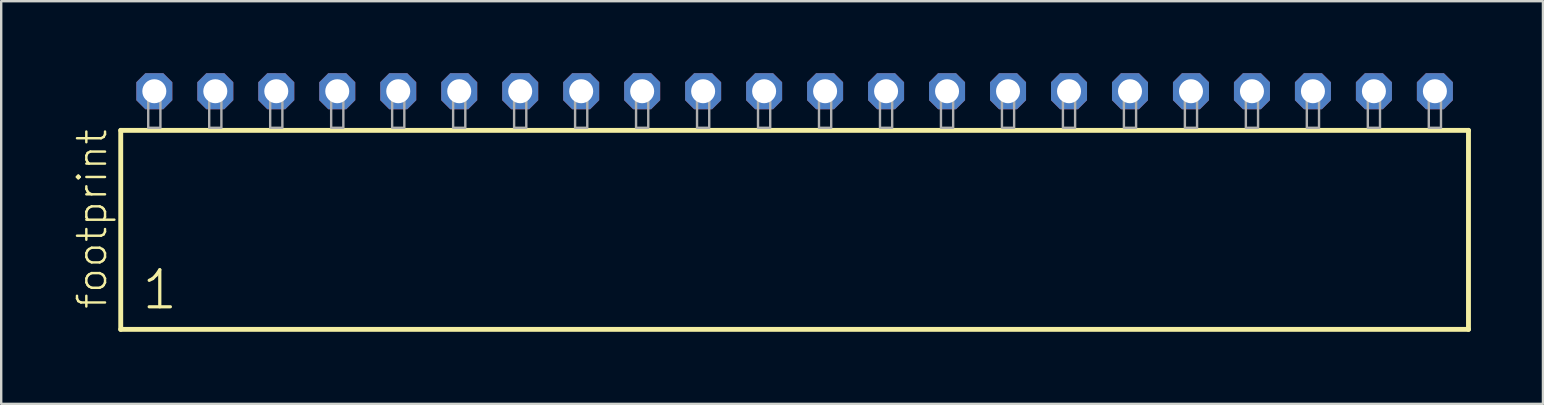
<source format=kicad_pcb>
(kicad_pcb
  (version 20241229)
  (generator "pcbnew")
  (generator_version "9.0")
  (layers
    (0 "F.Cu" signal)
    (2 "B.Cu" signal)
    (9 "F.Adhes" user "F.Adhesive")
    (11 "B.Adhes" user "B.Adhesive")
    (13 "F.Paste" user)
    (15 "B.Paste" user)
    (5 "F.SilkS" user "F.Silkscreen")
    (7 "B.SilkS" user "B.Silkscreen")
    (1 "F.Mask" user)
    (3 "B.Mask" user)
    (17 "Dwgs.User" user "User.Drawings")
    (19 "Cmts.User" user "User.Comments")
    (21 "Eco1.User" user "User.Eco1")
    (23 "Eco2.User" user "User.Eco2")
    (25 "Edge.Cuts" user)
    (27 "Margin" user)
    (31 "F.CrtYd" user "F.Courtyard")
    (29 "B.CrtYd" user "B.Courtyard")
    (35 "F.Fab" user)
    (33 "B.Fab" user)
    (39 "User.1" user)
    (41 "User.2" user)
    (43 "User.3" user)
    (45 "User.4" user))
  (footprint "footprint"
    (layer "F.Cu")
    (at 30.048 2.274)
    (property "Reference" "footprint" (at -28.575 7.62 90) (layer "F.SilkS") (effects (font (size 1.168 1.168) (thickness 0.102)) (justify left bottom)))
    (fp_line (start -28.069 0.106) (end -28.069 8.396) (stroke (width 0.203) (type solid)) (layer "F.SilkS"))
    (fp_line (start -28.069 8.396) (end 28.069 8.396) (stroke (width 0.203) (type solid)) (layer "F.SilkS"))
    (fp_line (start 28.069 0.106) (end -28.069 0.106) (stroke (width 0.203) (type solid)) (layer "F.SilkS"))
    (fp_line (start 28.069 8.396) (end 28.069 0.106) (stroke (width 0.203) (type solid)) (layer "F.SilkS"))
    (fp_poly (pts (xy -26.924 0) (xy -26.416 0) (xy -26.416 -1.778) (xy -26.924 -1.778)) (stroke (width 0.1) (type solid)) (fill no) (layer "F.Fab"))
    (fp_poly (pts (xy -24.384 0) (xy -23.876 0) (xy -23.876 -1.778) (xy -24.384 -1.778)) (stroke (width 0.1) (type solid)) (fill no) (layer "F.Fab"))
    (fp_poly (pts (xy -21.844 0) (xy -21.336 0) (xy -21.336 -1.778) (xy -21.844 -1.778)) (stroke (width 0.1) (type solid)) (fill no) (layer "F.Fab"))
    (fp_poly (pts (xy -19.304 0) (xy -18.796 0) (xy -18.796 -1.778) (xy -19.304 -1.778)) (stroke (width 0.1) (type solid)) (fill no) (layer "F.Fab"))
    (fp_poly (pts (xy -16.764 0) (xy -16.256 0) (xy -16.256 -1.778) (xy -16.764 -1.778)) (stroke (width 0.1) (type solid)) (fill no) (layer "F.Fab"))
    (fp_poly (pts (xy -14.224 0) (xy -13.716 0) (xy -13.716 -1.778) (xy -14.224 -1.778)) (stroke (width 0.1) (type solid)) (fill no) (layer "F.Fab"))
    (fp_poly (pts (xy -11.684 0) (xy -11.176 0) (xy -11.176 -1.778) (xy -11.684 -1.778)) (stroke (width 0.1) (type solid)) (fill no) (layer "F.Fab"))
    (fp_poly (pts (xy -9.144 0) (xy -8.636 0) (xy -8.636 -1.778) (xy -9.144 -1.778)) (stroke (width 0.1) (type solid)) (fill no) (layer "F.Fab"))
    (fp_poly (pts (xy -6.604 0) (xy -6.096 0) (xy -6.096 -1.778) (xy -6.604 -1.778)) (stroke (width 0.1) (type solid)) (fill no) (layer "F.Fab"))
    (fp_poly (pts (xy -4.064 0) (xy -3.556 0) (xy -3.556 -1.778) (xy -4.064 -1.778)) (stroke (width 0.1) (type solid)) (fill no) (layer "F.Fab"))
    (fp_poly (pts (xy -1.524 0) (xy -1.016 0) (xy -1.016 -1.778) (xy -1.524 -1.778)) (stroke (width 0.1) (type solid)) (fill no) (layer "F.Fab"))
    (fp_poly (pts (xy 1.016 0) (xy 1.524 0) (xy 1.524 -1.778) (xy 1.016 -1.778)) (stroke (width 0.1) (type solid)) (fill no) (layer "F.Fab"))
    (fp_poly (pts (xy 3.556 0) (xy 4.064 0) (xy 4.064 -1.778) (xy 3.556 -1.778)) (stroke (width 0.1) (type solid)) (fill no) (layer "F.Fab"))
    (fp_poly (pts (xy 6.096 0) (xy 6.604 0) (xy 6.604 -1.778) (xy 6.096 -1.778)) (stroke (width 0.1) (type solid)) (fill no) (layer "F.Fab"))
    (fp_poly (pts (xy 8.636 0) (xy 9.144 0) (xy 9.144 -1.778) (xy 8.636 -1.778)) (stroke (width 0.1) (type solid)) (fill no) (layer "F.Fab"))
    (fp_poly (pts (xy 11.176 0) (xy 11.684 0) (xy 11.684 -1.778) (xy 11.176 -1.778)) (stroke (width 0.1) (type solid)) (fill no) (layer "F.Fab"))
    (fp_poly (pts (xy 13.716 0) (xy 14.224 0) (xy 14.224 -1.778) (xy 13.716 -1.778)) (stroke (width 0.1) (type solid)) (fill no) (layer "F.Fab"))
    (fp_poly (pts (xy 16.256 0) (xy 16.764 0) (xy 16.764 -1.778) (xy 16.256 -1.778)) (stroke (width 0.1) (type solid)) (fill no) (layer "F.Fab"))
    (fp_poly (pts (xy 18.796 0) (xy 19.304 0) (xy 19.304 -1.778) (xy 18.796 -1.778)) (stroke (width 0.1) (type solid)) (fill no) (layer "F.Fab"))
    (fp_poly (pts (xy 21.336 0) (xy 21.844 0) (xy 21.844 -1.778) (xy 21.336 -1.778)) (stroke (width 0.1) (type solid)) (fill no) (layer "F.Fab"))
    (fp_poly (pts (xy 23.876 0) (xy 24.384 0) (xy 24.384 -1.778) (xy 23.876 -1.778)) (stroke (width 0.1) (type solid)) (fill no) (layer "F.Fab"))
    (fp_poly (pts (xy 26.416 0) (xy 26.924 0) (xy 26.924 -1.778) (xy 26.416 -1.778)) (stroke (width 0.1) (type solid)) (fill no) (layer "F.Fab"))
    (fp_text user "1" (at -27.265 7.65 0) (layer "F.SilkS") (effects (font (size 1.542 1.542) (thickness 0.134)) (justify left bottom)))
    (pad "1" thru_hole roundrect (at -26.67 -1.524) (size 1.5 1.5) (drill 1) (layers "*.Cu" "*.Mask") (roundrect_rratio 0.25) (chamfer_ratio 0.25) (chamfer top_left top_right bottom_left bottom_right))
    (pad "2" thru_hole roundrect (at -24.13 -1.524) (size 1.5 1.5) (drill 1) (layers "*.Cu" "*.Mask") (roundrect_rratio 0.25) (chamfer_ratio 0.25) (chamfer top_left top_right bottom_left bottom_right))
    (pad "3" thru_hole roundrect (at -21.59 -1.524) (size 1.5 1.5) (drill 1) (layers "*.Cu" "*.Mask") (roundrect_rratio 0.25) (chamfer_ratio 0.25) (chamfer top_left top_right bottom_left bottom_right))
    (pad "4" thru_hole roundrect (at -19.05 -1.524) (size 1.5 1.5) (drill 1) (layers "*.Cu" "*.Mask") (roundrect_rratio 0.25) (chamfer_ratio 0.25) (chamfer top_left top_right bottom_left bottom_right))
    (pad "5" thru_hole roundrect (at -16.51 -1.524) (size 1.5 1.5) (drill 1) (layers "*.Cu" "*.Mask") (roundrect_rratio 0.25) (chamfer_ratio 0.25) (chamfer top_left top_right bottom_left bottom_right))
    (pad "6" thru_hole roundrect (at -13.97 -1.524) (size 1.5 1.5) (drill 1) (layers "*.Cu" "*.Mask") (roundrect_rratio 0.25) (chamfer_ratio 0.25) (chamfer top_left top_right bottom_left bottom_right))
    (pad "7" thru_hole roundrect (at -11.43 -1.524) (size 1.5 1.5) (drill 1) (layers "*.Cu" "*.Mask") (roundrect_rratio 0.25) (chamfer_ratio 0.25) (chamfer top_left top_right bottom_left bottom_right))
    (pad "8" thru_hole roundrect (at -8.89 -1.524) (size 1.5 1.5) (drill 1) (layers "*.Cu" "*.Mask") (roundrect_rratio 0.25) (chamfer_ratio 0.25) (chamfer top_left top_right bottom_left bottom_right))
    (pad "9" thru_hole roundrect (at -6.35 -1.524) (size 1.5 1.5) (drill 1) (layers "*.Cu" "*.Mask") (roundrect_rratio 0.25) (chamfer_ratio 0.25) (chamfer top_left top_right bottom_left bottom_right))
    (pad "10" thru_hole roundrect (at -3.81 -1.524) (size 1.5 1.5) (drill 1) (layers "*.Cu" "*.Mask") (roundrect_rratio 0.25) (chamfer_ratio 0.25) (chamfer top_left top_right bottom_left bottom_right))
    (pad "11" thru_hole roundrect (at -1.27 -1.524) (size 1.5 1.5) (drill 1) (layers "*.Cu" "*.Mask") (roundrect_rratio 0.25) (chamfer_ratio 0.25) (chamfer top_left top_right bottom_left bottom_right))
    (pad "12" thru_hole roundrect (at 1.27 -1.524) (size 1.5 1.5) (drill 1) (layers "*.Cu" "*.Mask") (roundrect_rratio 0.25) (chamfer_ratio 0.25) (chamfer top_left top_right bottom_left bottom_right))
    (pad "13" thru_hole roundrect (at 3.81 -1.524) (size 1.5 1.5) (drill 1) (layers "*.Cu" "*.Mask") (roundrect_rratio 0.25) (chamfer_ratio 0.25) (chamfer top_left top_right bottom_left bottom_right))
    (pad "14" thru_hole roundrect (at 6.35 -1.524) (size 1.5 1.5) (drill 1) (layers "*.Cu" "*.Mask") (roundrect_rratio 0.25) (chamfer_ratio 0.25) (chamfer top_left top_right bottom_left bottom_right))
    (pad "15" thru_hole roundrect (at 8.89 -1.524) (size 1.5 1.5) (drill 1) (layers "*.Cu" "*.Mask") (roundrect_rratio 0.25) (chamfer_ratio 0.25) (chamfer top_left top_right bottom_left bottom_right))
    (pad "16" thru_hole roundrect (at 11.43 -1.524) (size 1.5 1.5) (drill 1) (layers "*.Cu" "*.Mask") (roundrect_rratio 0.25) (chamfer_ratio 0.25) (chamfer top_left top_right bottom_left bottom_right))
    (pad "17" thru_hole roundrect (at 13.97 -1.524) (size 1.5 1.5) (drill 1) (layers "*.Cu" "*.Mask") (roundrect_rratio 0.25) (chamfer_ratio 0.25) (chamfer top_left top_right bottom_left bottom_right))
    (pad "18" thru_hole roundrect (at 16.51 -1.524) (size 1.5 1.5) (drill 1) (layers "*.Cu" "*.Mask") (roundrect_rratio 0.25) (chamfer_ratio 0.25) (chamfer top_left top_right bottom_left bottom_right))
    (pad "19" thru_hole roundrect (at 19.05 -1.524) (size 1.5 1.5) (drill 1) (layers "*.Cu" "*.Mask") (roundrect_rratio 0.25) (chamfer_ratio 0.25) (chamfer top_left top_right bottom_left bottom_right))
    (pad "20" thru_hole roundrect (at 21.59 -1.524) (size 1.5 1.5) (drill 1) (layers "*.Cu" "*.Mask") (roundrect_rratio 0.25) (chamfer_ratio 0.25) (chamfer top_left top_right bottom_left bottom_right))
    (pad "21" thru_hole roundrect (at 24.13 -1.524) (size 1.5 1.5) (drill 1) (layers "*.Cu" "*.Mask") (roundrect_rratio 0.25) (chamfer_ratio 0.25) (chamfer top_left top_right bottom_left bottom_right))
    (pad "22" thru_hole roundrect (at 26.67 -1.524) (size 1.5 1.5) (drill 1) (layers "*.Cu" "*.Mask") (roundrect_rratio 0.25) (chamfer_ratio 0.25) (chamfer top_left top_right bottom_left bottom_right)))
  (gr_rect
    (start -3 -3)
    (end 61.219 13.772)
    (stroke (width 0.1) (type default))
    (fill no)
    (layer "Edge.Cuts")))
</source>
